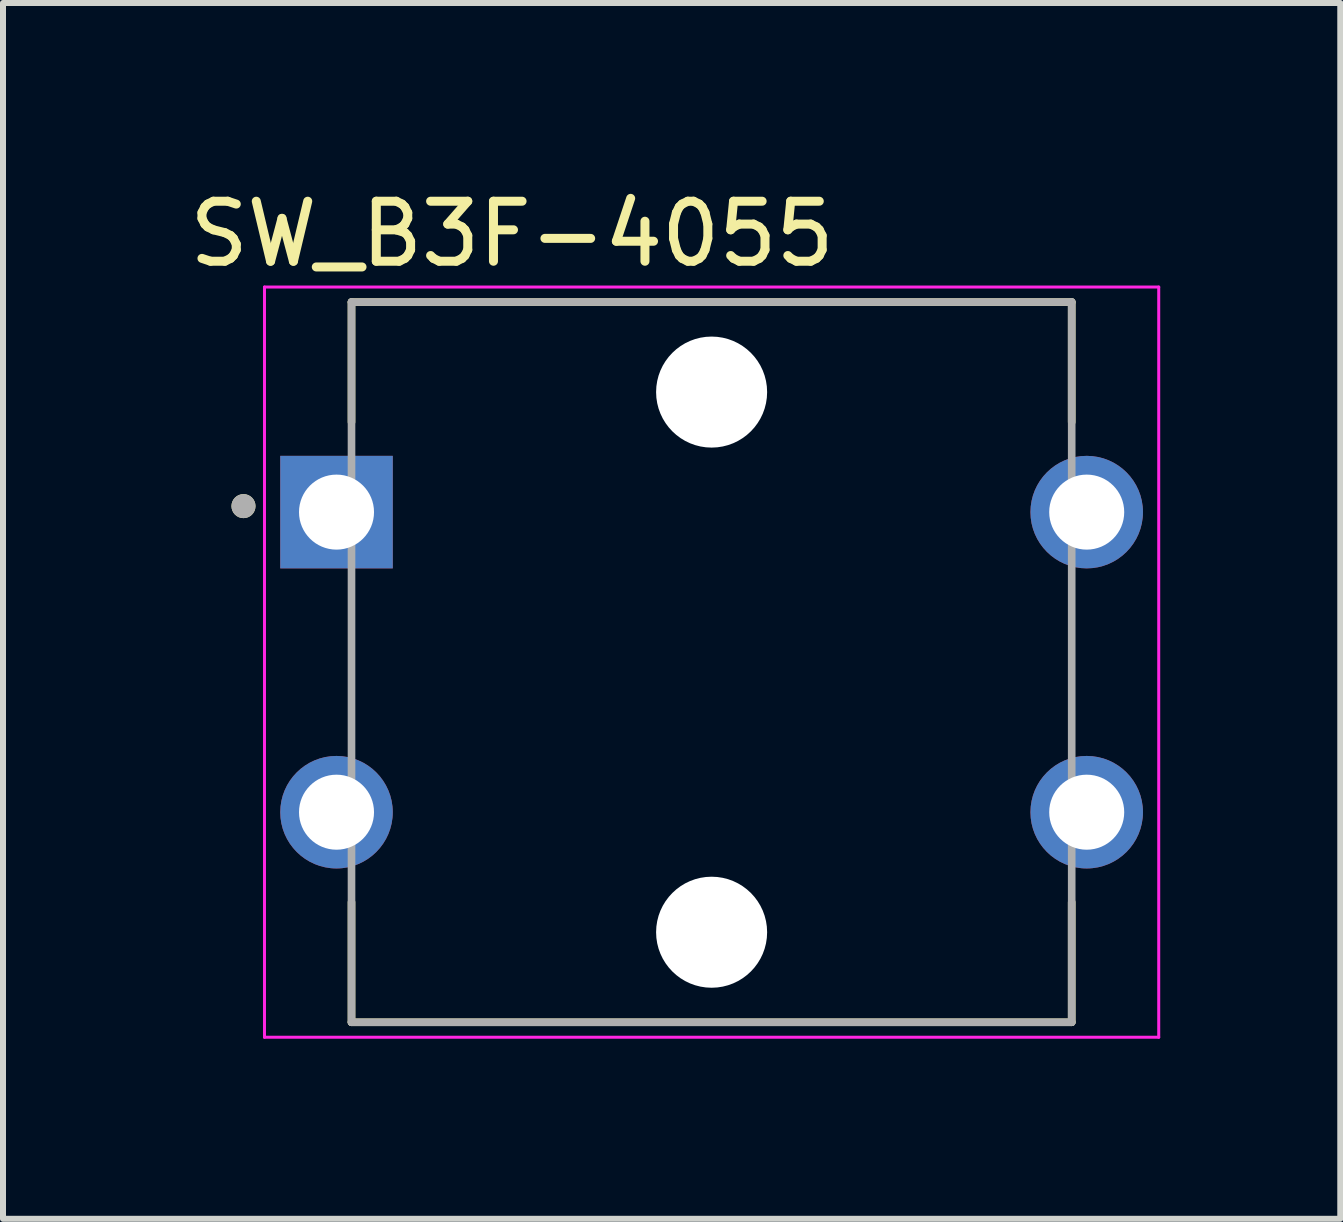
<source format=kicad_pcb>
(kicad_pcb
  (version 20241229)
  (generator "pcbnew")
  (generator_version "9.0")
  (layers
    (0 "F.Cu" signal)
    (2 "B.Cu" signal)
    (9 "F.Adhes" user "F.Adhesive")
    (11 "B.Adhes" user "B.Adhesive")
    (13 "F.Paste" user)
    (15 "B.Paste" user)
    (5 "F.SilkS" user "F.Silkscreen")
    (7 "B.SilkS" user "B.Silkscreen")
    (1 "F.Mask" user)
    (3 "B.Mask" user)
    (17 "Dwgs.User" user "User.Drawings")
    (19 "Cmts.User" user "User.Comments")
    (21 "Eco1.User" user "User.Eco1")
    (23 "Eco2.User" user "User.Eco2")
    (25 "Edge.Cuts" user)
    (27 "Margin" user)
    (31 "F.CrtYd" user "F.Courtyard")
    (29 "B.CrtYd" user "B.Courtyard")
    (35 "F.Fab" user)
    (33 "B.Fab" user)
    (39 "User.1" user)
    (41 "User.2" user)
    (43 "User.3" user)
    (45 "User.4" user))
  (footprint "SW_B3F-4055"
    (layer "F.Cu")
    (at 8.807 7.983)
    (property "Reference" "SW_B3F-4055" (at -3.325 -7.135 0) (layer "F.SilkS") (effects (font (size 1 1) (thickness 0.15))))
    (attr through_hole)
    (fp_line (start -6 -6) (end 6 -6) (stroke (width 0.127) (type solid)) (layer "F.SilkS"))
    (fp_line (start -6 -4) (end -6 -6) (stroke (width 0.127) (type solid)) (layer "F.SilkS"))
    (fp_line (start -6 4) (end -6 6) (stroke (width 0.127) (type solid)) (layer "F.SilkS"))
    (fp_line (start -6 6) (end 6 6) (stroke (width 0.127) (type solid)) (layer "F.SilkS"))
    (fp_line (start 6 -6) (end 6 -4) (stroke (width 0.127) (type solid)) (layer "F.SilkS"))
    (fp_line (start 6 6) (end 6 4) (stroke (width 0.127) (type solid)) (layer "F.SilkS"))
    (fp_circle (center -7.8 -2.6) (end -7.7 -2.6) (stroke (width 0.2) (type solid)) (fill no) (layer "F.SilkS"))
    (fp_line (start -7.45 -6.25) (end -7.45 6.25) (stroke (width 0.05) (type solid)) (layer "F.CrtYd"))
    (fp_line (start -7.45 6.25) (end 7.45 6.25) (stroke (width 0.05) (type solid)) (layer "F.CrtYd"))
    (fp_line (start 7.45 -6.25) (end -7.45 -6.25) (stroke (width 0.05) (type solid)) (layer "F.CrtYd"))
    (fp_line (start 7.45 6.25) (end 7.45 -6.25) (stroke (width 0.05) (type solid)) (layer "F.CrtYd"))
    (fp_line (start -6 -6) (end -6 6) (stroke (width 0.127) (type solid)) (layer "F.Fab"))
    (fp_line (start -6 6) (end 6 6) (stroke (width 0.127) (type solid)) (layer "F.Fab"))
    (fp_line (start 6 -6) (end -6 -6) (stroke (width 0.127) (type solid)) (layer "F.Fab"))
    (fp_line (start 6 6) (end 6 -6) (stroke (width 0.127) (type solid)) (layer "F.Fab"))
    (fp_circle (center -7.8 -2.6) (end -7.7 -2.6) (stroke (width 0.2) (type solid)) (fill no) (layer "F.Fab"))
    (pad "" np_thru_hole circle (at 0 -4.5) (size 1.85 1.85) (drill 1.85) (layers "*.Cu" "*.Mask"))
    (pad "" np_thru_hole circle (at 0 4.5) (size 1.85 1.85) (drill 1.85) (layers "*.Cu" "*.Mask"))
    (pad "1" thru_hole rect (at -6.25 -2.5) (size 1.875 1.875) (drill 1.25) (layers "*.Cu" "*.Mask"))
    (pad "2" thru_hole circle (at 6.25 -2.5) (size 1.875 1.875) (drill 1.25) (layers "*.Cu" "*.Mask"))
    (pad "3" thru_hole circle (at -6.25 2.5) (size 1.875 1.875) (drill 1.25) (layers "*.Cu" "*.Mask"))
    (pad "4" thru_hole circle (at 6.25 2.5) (size 1.875 1.875) (drill 1.25) (layers "*.Cu" "*.Mask")))
  (gr_rect
    (start -3 -3)
    (end 19.282 17.258)
    (stroke (width 0.1) (type default))
    (fill no)
    (layer "Edge.Cuts")))
</source>
